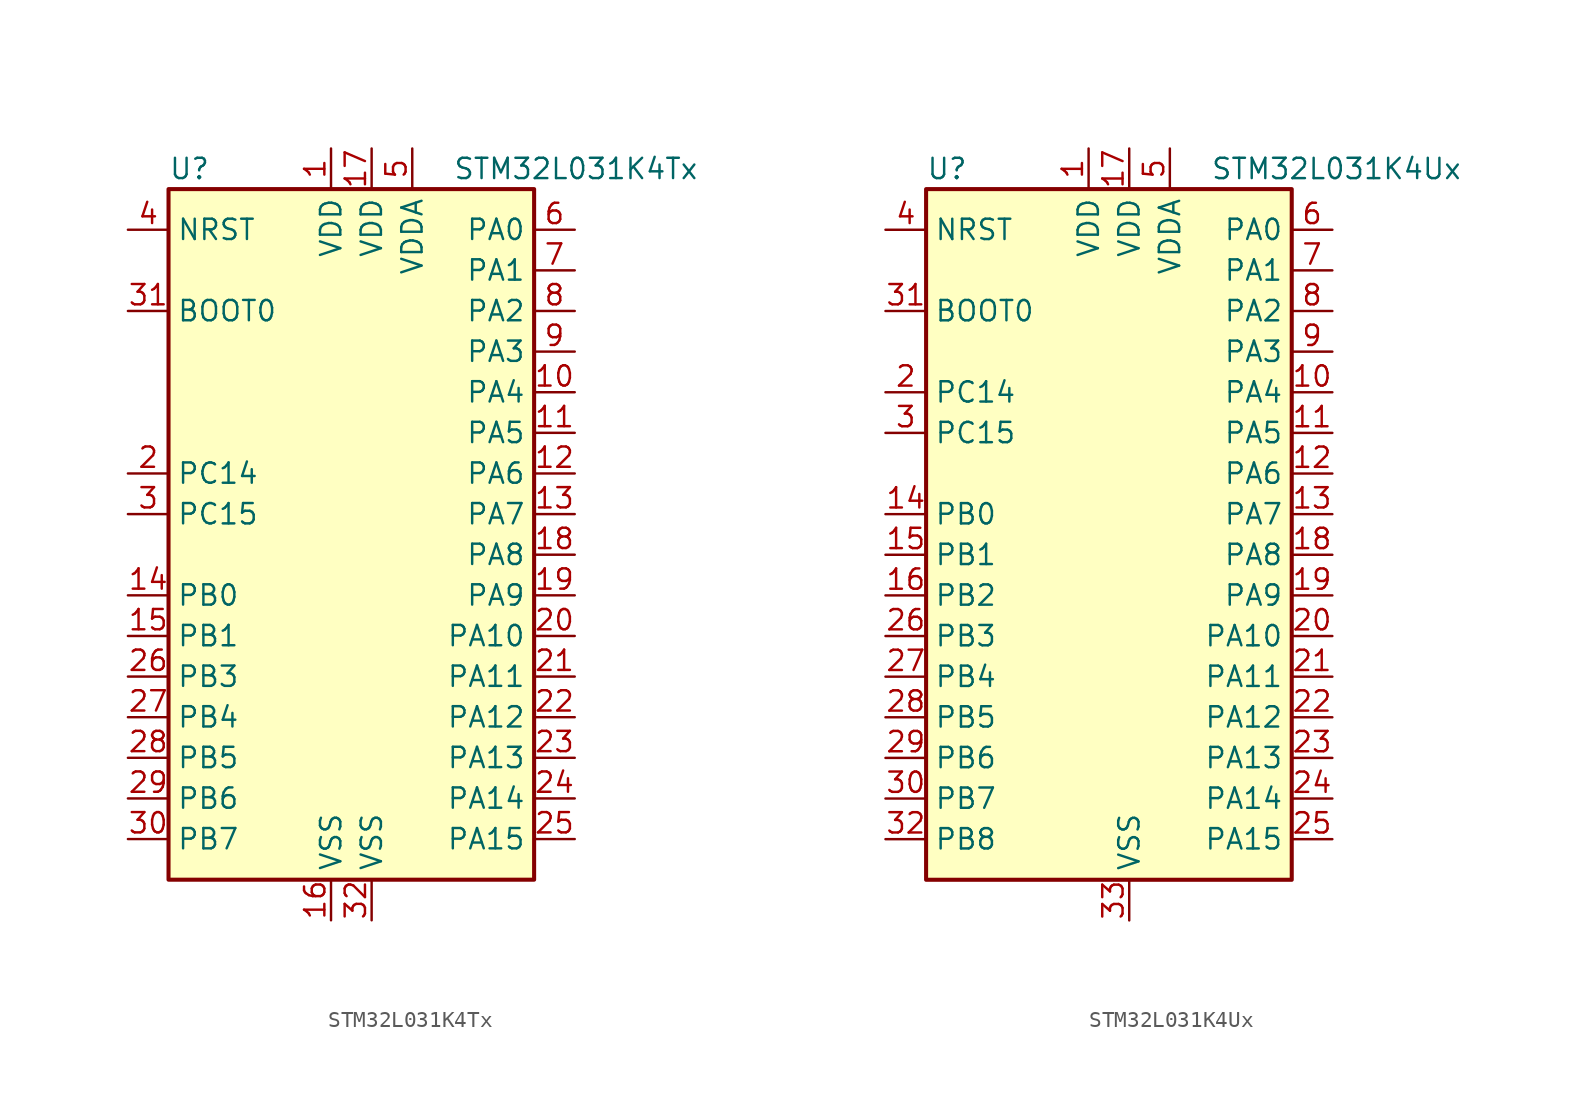
<source format=kicad_sym>
(kicad_symbol_lib
  (version 20211014)
  (generator kicad_symbol_editor)
  (symbol "STM32L031K4Tx"
    (property "Reference" "U"
      (at -12.7 21.59 0)
      (effects (font (size 1.27 1.27)) (justify left)))
    (property "Value" "STM32L031K4Tx"
      (at 5.08 21.59 0)
      (effects (font (size 1.27 1.27)) (justify left)))
    (symbol "STM32L031K4Tx_0_1"
      (rectangle (start -12.7 -22.86) (end 10.16 20.32) (stroke (width 0.254) (type default) (color 0 0 0 0)) (fill (type background))))
    (symbol "STM32L031K4Tx_1_1"
      (pin power_in line (at -2.54 22.86 270) (length 2.54) (name "VDD" (effects (font (size 1.27 1.27)))) (number "1" (effects (font (size 1.27 1.27)))))
      (pin bidirectional line (at 12.7 7.62 180) (length 2.54) (name "PA4" (effects (font (size 1.27 1.27)))) (number "10" (effects (font (size 1.27 1.27)))))
      (pin bidirectional line (at 12.7 5.08 180) (length 2.54) (name "PA5" (effects (font (size 1.27 1.27)))) (number "11" (effects (font (size 1.27 1.27)))))
      (pin bidirectional line (at 12.7 2.54 180) (length 2.54) (name "PA6" (effects (font (size 1.27 1.27)))) (number "12" (effects (font (size 1.27 1.27)))))
      (pin bidirectional line (at 12.7 0 180) (length 2.54) (name "PA7" (effects (font (size 1.27 1.27)))) (number "13" (effects (font (size 1.27 1.27)))))
      (pin bidirectional line (at -15.24 -5.08 0) (length 2.54) (name "PB0" (effects (font (size 1.27 1.27)))) (number "14" (effects (font (size 1.27 1.27)))))
      (pin bidirectional line (at -15.24 -7.62 0) (length 2.54) (name "PB1" (effects (font (size 1.27 1.27)))) (number "15" (effects (font (size 1.27 1.27)))))
      (pin power_in line (at -2.54 -25.4 90) (length 2.54) (name "VSS" (effects (font (size 1.27 1.27)))) (number "16" (effects (font (size 1.27 1.27)))))
      (pin power_in line (at 0 22.86 270) (length 2.54) (name "VDD" (effects (font (size 1.27 1.27)))) (number "17" (effects (font (size 1.27 1.27)))))
      (pin bidirectional line (at 12.7 -2.54 180) (length 2.54) (name "PA8" (effects (font (size 1.27 1.27)))) (number "18" (effects (font (size 1.27 1.27)))))
      (pin bidirectional line (at 12.7 -5.08 180) (length 2.54) (name "PA9" (effects (font (size 1.27 1.27)))) (number "19" (effects (font (size 1.27 1.27)))))
      (pin bidirectional line (at -15.24 2.54 0) (length 2.54) (name "PC14" (effects (font (size 1.27 1.27)))) (number "2" (effects (font (size 1.27 1.27)))))
      (pin bidirectional line (at 12.7 -7.62 180) (length 2.54) (name "PA10" (effects (font (size 1.27 1.27)))) (number "20" (effects (font (size 1.27 1.27)))))
      (pin bidirectional line (at 12.7 -10.16 180) (length 2.54) (name "PA11" (effects (font (size 1.27 1.27)))) (number "21" (effects (font (size 1.27 1.27)))))
      (pin bidirectional line (at 12.7 -12.7 180) (length 2.54) (name "PA12" (effects (font (size 1.27 1.27)))) (number "22" (effects (font (size 1.27 1.27)))))
      (pin bidirectional line (at 12.7 -15.24 180) (length 2.54) (name "PA13" (effects (font (size 1.27 1.27)))) (number "23" (effects (font (size 1.27 1.27)))))
      (pin bidirectional line (at 12.7 -17.78 180) (length 2.54) (name "PA14" (effects (font (size 1.27 1.27)))) (number "24" (effects (font (size 1.27 1.27)))))
      (pin bidirectional line (at 12.7 -20.32 180) (length 2.54) (name "PA15" (effects (font (size 1.27 1.27)))) (number "25" (effects (font (size 1.27 1.27)))))
      (pin bidirectional line (at -15.24 -10.16 0) (length 2.54) (name "PB3" (effects (font (size 1.27 1.27)))) (number "26" (effects (font (size 1.27 1.27)))))
      (pin bidirectional line (at -15.24 -12.7 0) (length 2.54) (name "PB4" (effects (font (size 1.27 1.27)))) (number "27" (effects (font (size 1.27 1.27)))))
      (pin bidirectional line (at -15.24 -15.24 0) (length 2.54) (name "PB5" (effects (font (size 1.27 1.27)))) (number "28" (effects (font (size 1.27 1.27)))))
      (pin bidirectional line (at -15.24 -17.78 0) (length 2.54) (name "PB6" (effects (font (size 1.27 1.27)))) (number "29" (effects (font (size 1.27 1.27)))))
      (pin bidirectional line (at -15.24 0 0) (length 2.54) (name "PC15" (effects (font (size 1.27 1.27)))) (number "3" (effects (font (size 1.27 1.27)))))
      (pin bidirectional line (at -15.24 -20.32 0) (length 2.54) (name "PB7" (effects (font (size 1.27 1.27)))) (number "30" (effects (font (size 1.27 1.27)))))
      (pin input line (at -15.24 12.7 0) (length 2.54) (name "BOOT0" (effects (font (size 1.27 1.27)))) (number "31" (effects (font (size 1.27 1.27)))))
      (pin power_in line (at 0 -25.4 90) (length 2.54) (name "VSS" (effects (font (size 1.27 1.27)))) (number "32" (effects (font (size 1.27 1.27)))))
      (pin input line (at -15.24 17.78 0) (length 2.54) (name "NRST" (effects (font (size 1.27 1.27)))) (number "4" (effects (font (size 1.27 1.27)))))
      (pin power_in line (at 2.54 22.86 270) (length 2.54) (name "VDDA" (effects (font (size 1.27 1.27)))) (number "5" (effects (font (size 1.27 1.27)))))
      (pin bidirectional line (at 12.7 17.78 180) (length 2.54) (name "PA0" (effects (font (size 1.27 1.27)))) (number "6" (effects (font (size 1.27 1.27)))))
      (pin bidirectional line (at 12.7 15.24 180) (length 2.54) (name "PA1" (effects (font (size 1.27 1.27)))) (number "7" (effects (font (size 1.27 1.27)))))
      (pin bidirectional line (at 12.7 12.7 180) (length 2.54) (name "PA2" (effects (font (size 1.27 1.27)))) (number "8" (effects (font (size 1.27 1.27)))))
      (pin bidirectional line (at 12.7 10.16 180) (length 2.54) (name "PA3" (effects (font (size 1.27 1.27)))) (number "9" (effects (font (size 1.27 1.27)))))))
  (symbol "STM32L031K4Ux"
    (property "Reference" "U"
      (at -12.7 21.59 0)
      (effects (font (size 1.27 1.27)) (justify left)))
    (property "Value" "STM32L031K4Ux"
      (at 5.08 21.59 0)
      (effects (font (size 1.27 1.27)) (justify left)))
    (symbol "STM32L031K4Ux_0_1"
      (rectangle (start -12.7 -22.86) (end 10.16 20.32) (stroke (width 0.254) (type default) (color 0 0 0 0)) (fill (type background))))
    (symbol "STM32L031K4Ux_1_1"
      (pin power_in line (at -2.54 22.86 270) (length 2.54) (name "VDD" (effects (font (size 1.27 1.27)))) (number "1" (effects (font (size 1.27 1.27)))))
      (pin bidirectional line (at 12.7 7.62 180) (length 2.54) (name "PA4" (effects (font (size 1.27 1.27)))) (number "10" (effects (font (size 1.27 1.27)))))
      (pin bidirectional line (at 12.7 5.08 180) (length 2.54) (name "PA5" (effects (font (size 1.27 1.27)))) (number "11" (effects (font (size 1.27 1.27)))))
      (pin bidirectional line (at 12.7 2.54 180) (length 2.54) (name "PA6" (effects (font (size 1.27 1.27)))) (number "12" (effects (font (size 1.27 1.27)))))
      (pin bidirectional line (at 12.7 0 180) (length 2.54) (name "PA7" (effects (font (size 1.27 1.27)))) (number "13" (effects (font (size 1.27 1.27)))))
      (pin bidirectional line (at -15.24 0 0) (length 2.54) (name "PB0" (effects (font (size 1.27 1.27)))) (number "14" (effects (font (size 1.27 1.27)))))
      (pin bidirectional line (at -15.24 -2.54 0) (length 2.54) (name "PB1" (effects (font (size 1.27 1.27)))) (number "15" (effects (font (size 1.27 1.27)))))
      (pin bidirectional line (at -15.24 -5.08 0) (length 2.54) (name "PB2" (effects (font (size 1.27 1.27)))) (number "16" (effects (font (size 1.27 1.27)))))
      (pin power_in line (at 0 22.86 270) (length 2.54) (name "VDD" (effects (font (size 1.27 1.27)))) (number "17" (effects (font (size 1.27 1.27)))))
      (pin bidirectional line (at 12.7 -2.54 180) (length 2.54) (name "PA8" (effects (font (size 1.27 1.27)))) (number "18" (effects (font (size 1.27 1.27)))))
      (pin bidirectional line (at 12.7 -5.08 180) (length 2.54) (name "PA9" (effects (font (size 1.27 1.27)))) (number "19" (effects (font (size 1.27 1.27)))))
      (pin bidirectional line (at -15.24 7.62 0) (length 2.54) (name "PC14" (effects (font (size 1.27 1.27)))) (number "2" (effects (font (size 1.27 1.27)))))
      (pin bidirectional line (at 12.7 -7.62 180) (length 2.54) (name "PA10" (effects (font (size 1.27 1.27)))) (number "20" (effects (font (size 1.27 1.27)))))
      (pin bidirectional line (at 12.7 -10.16 180) (length 2.54) (name "PA11" (effects (font (size 1.27 1.27)))) (number "21" (effects (font (size 1.27 1.27)))))
      (pin bidirectional line (at 12.7 -12.7 180) (length 2.54) (name "PA12" (effects (font (size 1.27 1.27)))) (number "22" (effects (font (size 1.27 1.27)))))
      (pin bidirectional line (at 12.7 -15.24 180) (length 2.54) (name "PA13" (effects (font (size 1.27 1.27)))) (number "23" (effects (font (size 1.27 1.27)))))
      (pin bidirectional line (at 12.7 -17.78 180) (length 2.54) (name "PA14" (effects (font (size 1.27 1.27)))) (number "24" (effects (font (size 1.27 1.27)))))
      (pin bidirectional line (at 12.7 -20.32 180) (length 2.54) (name "PA15" (effects (font (size 1.27 1.27)))) (number "25" (effects (font (size 1.27 1.27)))))
      (pin bidirectional line (at -15.24 -7.62 0) (length 2.54) (name "PB3" (effects (font (size 1.27 1.27)))) (number "26" (effects (font (size 1.27 1.27)))))
      (pin bidirectional line (at -15.24 -10.16 0) (length 2.54) (name "PB4" (effects (font (size 1.27 1.27)))) (number "27" (effects (font (size 1.27 1.27)))))
      (pin bidirectional line (at -15.24 -12.7 0) (length 2.54) (name "PB5" (effects (font (size 1.27 1.27)))) (number "28" (effects (font (size 1.27 1.27)))))
      (pin bidirectional line (at -15.24 -15.24 0) (length 2.54) (name "PB6" (effects (font (size 1.27 1.27)))) (number "29" (effects (font (size 1.27 1.27)))))
      (pin bidirectional line (at -15.24 5.08 0) (length 2.54) (name "PC15" (effects (font (size 1.27 1.27)))) (number "3" (effects (font (size 1.27 1.27)))))
      (pin bidirectional line (at -15.24 -17.78 0) (length 2.54) (name "PB7" (effects (font (size 1.27 1.27)))) (number "30" (effects (font (size 1.27 1.27)))))
      (pin input line (at -15.24 12.7 0) (length 2.54) (name "BOOT0" (effects (font (size 1.27 1.27)))) (number "31" (effects (font (size 1.27 1.27)))))
      (pin bidirectional line (at -15.24 -20.32 0) (length 2.54) (name "PB8" (effects (font (size 1.27 1.27)))) (number "32" (effects (font (size 1.27 1.27)))))
      (pin power_in line (at 0 -25.4 90) (length 2.54) (name "VSS" (effects (font (size 1.27 1.27)))) (number "33" (effects (font (size 1.27 1.27)))))
      (pin input line (at -15.24 17.78 0) (length 2.54) (name "NRST" (effects (font (size 1.27 1.27)))) (number "4" (effects (font (size 1.27 1.27)))))
      (pin power_in line (at 2.54 22.86 270) (length 2.54) (name "VDDA" (effects (font (size 1.27 1.27)))) (number "5" (effects (font (size 1.27 1.27)))))
      (pin bidirectional line (at 12.7 17.78 180) (length 2.54) (name "PA0" (effects (font (size 1.27 1.27)))) (number "6" (effects (font (size 1.27 1.27)))))
      (pin bidirectional line (at 12.7 15.24 180) (length 2.54) (name "PA1" (effects (font (size 1.27 1.27)))) (number "7" (effects (font (size 1.27 1.27)))))
      (pin bidirectional line (at 12.7 12.7 180) (length 2.54) (name "PA2" (effects (font (size 1.27 1.27)))) (number "8" (effects (font (size 1.27 1.27)))))
      (pin bidirectional line (at 12.7 10.16 180) (length 2.54) (name "PA3" (effects (font (size 1.27 1.27)))) (number "9" (effects (font (size 1.27 1.27))))))))
</source>
